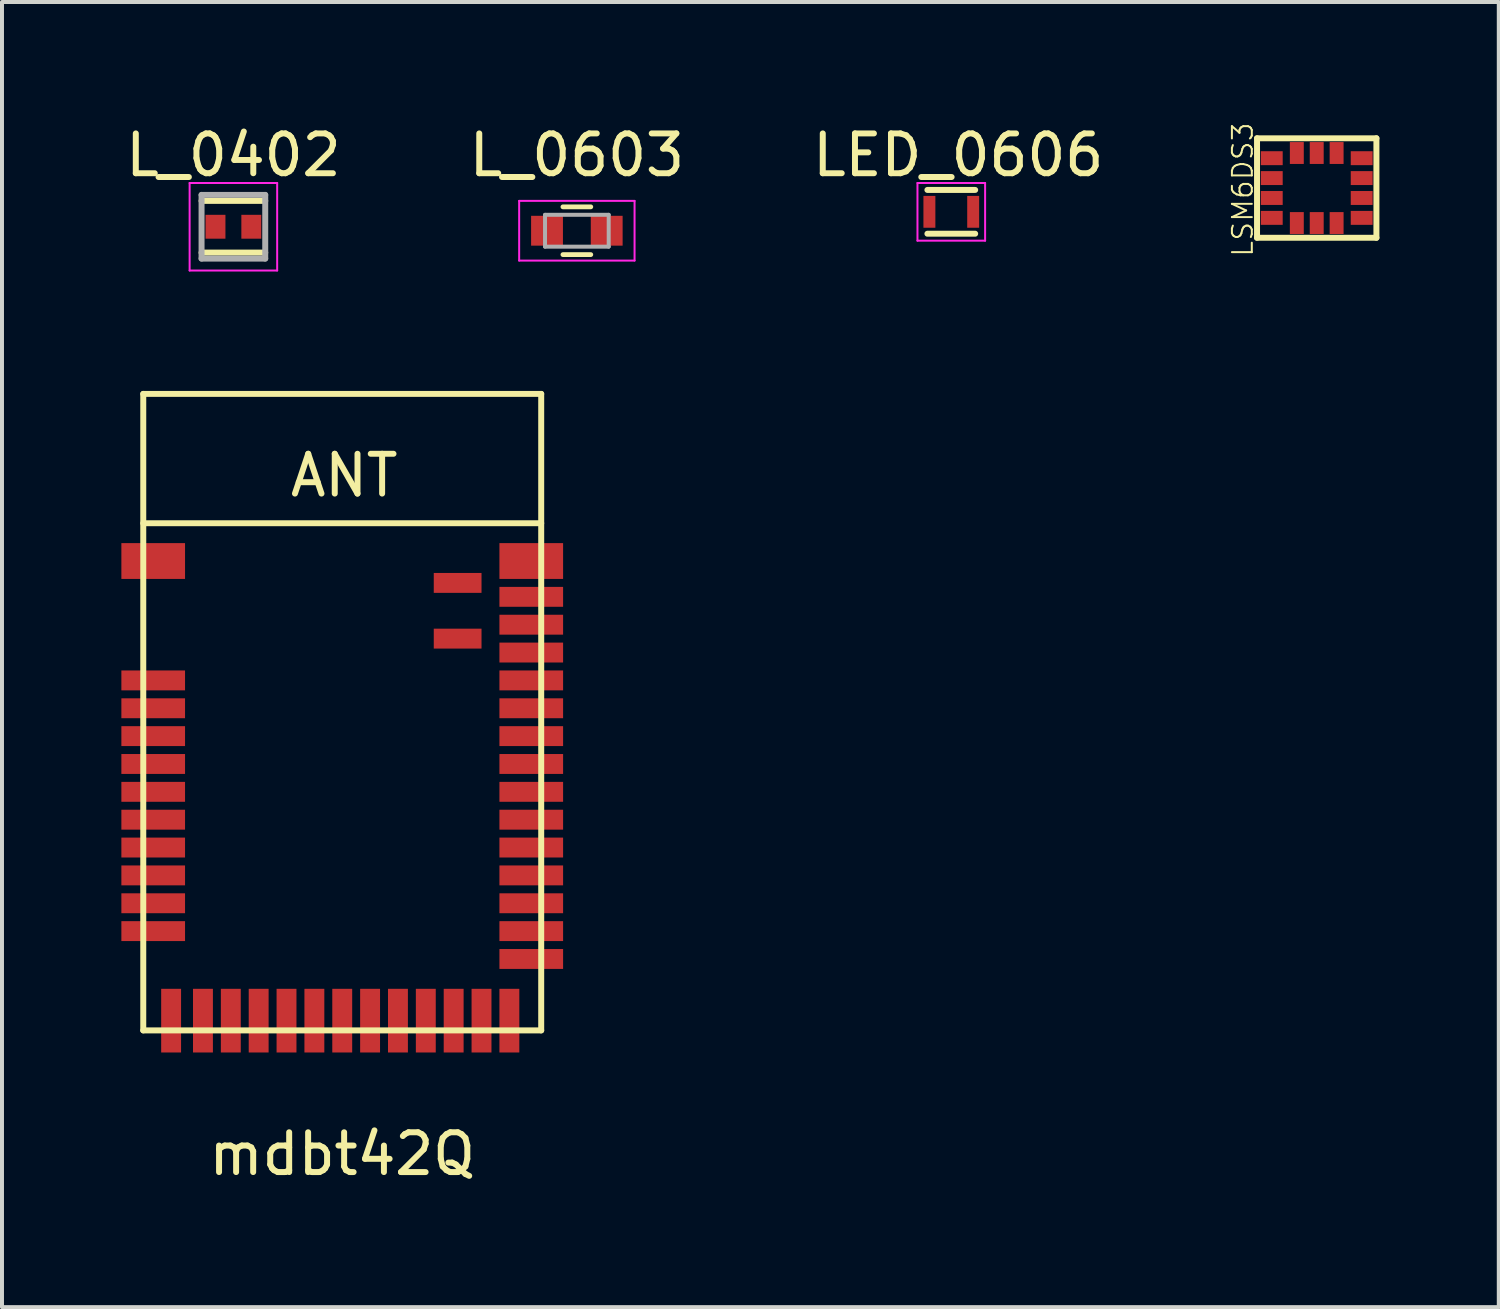
<source format=kicad_pcb>
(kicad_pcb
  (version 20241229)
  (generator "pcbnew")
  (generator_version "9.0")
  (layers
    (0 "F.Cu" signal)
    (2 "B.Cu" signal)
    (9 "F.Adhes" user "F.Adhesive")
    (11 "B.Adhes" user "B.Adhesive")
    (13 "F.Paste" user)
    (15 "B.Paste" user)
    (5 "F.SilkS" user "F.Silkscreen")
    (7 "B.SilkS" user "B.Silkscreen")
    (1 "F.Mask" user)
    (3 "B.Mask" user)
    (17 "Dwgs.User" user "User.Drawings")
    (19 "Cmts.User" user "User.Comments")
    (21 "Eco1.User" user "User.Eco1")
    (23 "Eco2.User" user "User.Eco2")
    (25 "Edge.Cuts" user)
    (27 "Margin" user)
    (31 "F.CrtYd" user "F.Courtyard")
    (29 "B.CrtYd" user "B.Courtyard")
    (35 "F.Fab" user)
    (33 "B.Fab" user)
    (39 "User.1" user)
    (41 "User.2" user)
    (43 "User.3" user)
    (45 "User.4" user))
  (footprint "L_0603"
    (layer "F.Cu")
    (at 11.446 2.748)
    (property "Reference" "L_0603" (at 0 -1.9 0) (layer "F.SilkS") (effects (font (size 1 1) (thickness 0.15))))
    (attr smd)
    (fp_line (start -0.35 -0.6) (end 0.35 -0.6) (stroke (width 0.12) (type solid)) (layer "F.SilkS"))
    (fp_line (start 0.35 0.6) (end -0.35 0.6) (stroke (width 0.12) (type solid)) (layer "F.SilkS"))
    (fp_line (start -1.45 -0.75) (end -1.45 0.75) (stroke (width 0.05) (type solid)) (layer "F.CrtYd"))
    (fp_line (start -1.45 -0.75) (end 1.45 -0.75) (stroke (width 0.05) (type solid)) (layer "F.CrtYd"))
    (fp_line (start -1.45 0.75) (end 1.45 0.75) (stroke (width 0.05) (type solid)) (layer "F.CrtYd"))
    (fp_line (start 1.45 -0.75) (end 1.45 0.75) (stroke (width 0.05) (type solid)) (layer "F.CrtYd"))
    (fp_line (start -0.8 -0.4) (end 0.8 -0.4) (stroke (width 0.1) (type solid)) (layer "F.Fab"))
    (fp_line (start -0.8 0.4) (end -0.8 -0.4) (stroke (width 0.1) (type solid)) (layer "F.Fab"))
    (fp_line (start 0.8 -0.4) (end 0.8 0.4) (stroke (width 0.1) (type solid)) (layer "F.Fab"))
    (fp_line (start 0.8 0.4) (end -0.8 0.4) (stroke (width 0.1) (type solid)) (layer "F.Fab"))
    (pad "1" smd rect (at -0.75 0) (size 0.8 0.75) (layers "F.Cu" "F.Mask" "F.Paste"))
    (pad "2" smd rect (at 0.75 0) (size 0.8 0.75) (layers "F.Cu" "F.Mask" "F.Paste")))
  (footprint "LSM6DS3"
    (layer "F.Cu")
    (at 30.038 1.675)
    (property "Reference" "LSM6DS3" (at -1.86 0.04 90) (layer "F.SilkS") (effects (font (size 0.5 0.5) (thickness 0.05))))
    (attr through_hole)
    (fp_line (start -1.5 -1.25) (end 1.5 -1.25) (stroke (width 0.15) (type solid)) (layer "F.SilkS"))
    (fp_line (start -1.5 1.25) (end -1.5 -1.25) (stroke (width 0.15) (type solid)) (layer "F.SilkS"))
    (fp_line (start 1.5 -1.25) (end 1.5 1.25) (stroke (width 0.15) (type solid)) (layer "F.SilkS"))
    (fp_line (start 1.5 1.25) (end -1.5 1.25) (stroke (width 0.15) (type solid)) (layer "F.SilkS"))
    (pad "1" smd rect (at -1.13 -0.75) (size 0.55 0.35) (layers "F.Cu" "F.Mask" "F.Paste"))
    (pad "2" smd rect (at -1.13 -0.25) (size 0.55 0.35) (layers "F.Cu" "F.Mask" "F.Paste"))
    (pad "3" smd rect (at -1.13 0.25) (size 0.55 0.35) (layers "F.Cu" "F.Mask" "F.Paste"))
    (pad "4" smd rect (at -1.13 0.75) (size 0.55 0.35) (layers "F.Cu" "F.Mask" "F.Paste"))
    (pad "5" smd rect (at -0.5 0.88) (size 0.35 0.55) (layers "F.Cu" "F.Mask" "F.Paste"))
    (pad "6" smd rect (at 0 0.88) (size 0.35 0.55) (layers "F.Cu" "F.Mask" "F.Paste"))
    (pad "7" smd rect (at 0.5 0.88) (size 0.35 0.55) (layers "F.Cu" "F.Mask" "F.Paste"))
    (pad "8" smd rect (at 1.13 0.75) (size 0.55 0.35) (layers "F.Cu" "F.Mask" "F.Paste"))
    (pad "9" smd rect (at 1.13 0.25) (size 0.55 0.35) (layers "F.Cu" "F.Mask" "F.Paste"))
    (pad "10" smd rect (at 1.13 -0.25) (size 0.55 0.35) (layers "F.Cu" "F.Mask" "F.Paste"))
    (pad "11" smd rect (at 1.13 -0.75) (size 0.55 0.35) (layers "F.Cu" "F.Mask" "F.Paste"))
    (pad "12" smd rect (at 0.5 -0.88) (size 0.35 0.55) (layers "F.Cu" "F.Mask" "F.Paste"))
    (pad "13" smd rect (at 0 -0.88) (size 0.35 0.55) (layers "F.Cu" "F.Mask" "F.Paste"))
    (pad "14" smd rect (at -0.5 -0.88) (size 0.35 0.55) (layers "F.Cu" "F.Mask" "F.Paste")))
  (footprint "L_0402"
    (layer "F.Cu")
    (at 2.815 2.648)
    (property "Reference" "L_0402" (at 0 -1.8 0) (layer "F.SilkS") (effects (font (size 1 1) (thickness 0.15))))
    (attr smd)
    (fp_line (start -0.8 -0.65) (end 0.8 -0.65) (stroke (width 0.15) (type solid)) (layer "F.SilkS"))
    (fp_line (start -0.8 0.65) (end 0.8 0.65) (stroke (width 0.15) (type solid)) (layer "F.SilkS"))
    (fp_line (start -1.1 -1.1) (end -1.1 1.1) (stroke (width 0.05) (type solid)) (layer "F.CrtYd"))
    (fp_line (start -1.1 1.1) (end 1.1 1.1) (stroke (width 0.05) (type solid)) (layer "F.CrtYd"))
    (fp_line (start 1.1 -1.1) (end -1.1 -1.1) (stroke (width 0.05) (type solid)) (layer "F.CrtYd"))
    (fp_line (start 1.1 1.1) (end 1.1 -1.1) (stroke (width 0.05) (type solid)) (layer "F.CrtYd"))
    (fp_line (start -0.8 -0.8) (end -0.8 0.8) (stroke (width 0.15) (type solid)) (layer "F.Fab"))
    (fp_line (start -0.8 0.8) (end 0.8 0.8) (stroke (width 0.15) (type solid)) (layer "F.Fab"))
    (fp_line (start 0.8 -0.8) (end -0.8 -0.8) (stroke (width 0.15) (type solid)) (layer "F.Fab"))
    (fp_line (start 0.8 0.8) (end 0.8 -0.8) (stroke (width 0.15) (type solid)) (layer "F.Fab"))
    (pad "1" smd rect (at -0.45 0) (size 0.5 0.6) (layers "F.Cu" "F.Mask" "F.Paste"))
    (pad "2" smd rect (at 0.45 0) (size 0.5 0.6) (layers "F.Cu" "F.Mask" "F.Paste")))
  (footprint "LED_0606"
    (layer "F.Cu")
    (at 20.855 2.273)
    (property "Reference" "LED_0606" (at 0.175 -1.425 0) (layer "F.SilkS") (effects (font (size 1 1) (thickness 0.15))))
    (attr smd)
    (fp_line (start -0.6 -0.55) (end 0.6 -0.55) (stroke (width 0.15) (type solid)) (layer "F.SilkS"))
    (fp_line (start -0.6 0.55) (end 0.6 0.55) (stroke (width 0.15) (type solid)) (layer "F.SilkS"))
    (fp_line (start -0.85 -0.725) (end -0.85 0.725) (stroke (width 0.05) (type solid)) (layer "F.CrtYd"))
    (fp_line (start -0.85 0.725) (end 0.85 0.725) (stroke (width 0.05) (type solid)) (layer "F.CrtYd"))
    (fp_line (start 0.85 -0.725) (end -0.85 -0.725) (stroke (width 0.05) (type solid)) (layer "F.CrtYd"))
    (fp_line (start 0.85 0.725) (end 0.85 -0.725) (stroke (width 0.05) (type solid)) (layer "F.CrtYd"))
    (pad "1" smd rect (at -0.55 0 180) (size 0.3 0.8) (layers "F.Cu" "F.Mask" "F.Paste"))
    (pad "2" smd rect (at 0.55 0 180) (size 0.3 0.8) (layers "F.Cu" "F.Mask" "F.Paste")))
  (footprint "mdbt42Q"
    (layer "F.Cu")
    (at 5.55 16.348)
    (property "Reference" "mdbt42Q" (at 0 9.6 0) (layer "F.SilkS") (effects (font (size 1 1) (thickness 0.15))))
    (attr through_hole)
    (fp_line (start -5 -9.5) (end 5 -9.5) (stroke (width 0.15) (type solid)) (layer "F.SilkS"))
    (fp_line (start -5 6.495) (end -5 -9.5) (stroke (width 0.15) (type solid)) (layer "F.SilkS"))
    (fp_line (start 5 -9.5) (end 5 6.495) (stroke (width 0.15) (type solid)) (layer "F.SilkS"))
    (fp_line (start 5 -6.25) (end -5 -6.25) (stroke (width 0.15) (type solid)) (layer "F.SilkS"))
    (fp_line (start 5 6.495) (end -5 6.495) (stroke (width 0.15) (type solid)) (layer "F.SilkS"))
    (fp_text user "ANT" (at 0.05 -7.45 0) (layer "F.SilkS") (effects (font (size 1 1) (thickness 0.15))))
    (pad "1" smd rect (at -4.75 -5.3) (size 1.6 0.9) (layers "F.Cu" "F.Mask" "F.Paste"))
    (pad "2" smd rect (at -4.75 -2.3) (size 1.6 0.5) (layers "F.Cu" "F.Mask" "F.Paste"))
    (pad "3" smd rect (at -4.75 -1.6) (size 1.6 0.5) (layers "F.Cu" "F.Mask" "F.Paste"))
    (pad "4" smd rect (at -4.75 -0.9) (size 1.6 0.5) (layers "F.Cu" "F.Mask" "F.Paste"))
    (pad "5" smd rect (at -4.75 -0.2) (size 1.6 0.5) (layers "F.Cu" "F.Mask" "F.Paste"))
    (pad "6" smd rect (at -4.75 0.5) (size 1.6 0.5) (layers "F.Cu" "F.Mask" "F.Paste"))
    (pad "7" smd rect (at -4.75 1.2) (size 1.6 0.5) (layers "F.Cu" "F.Mask" "F.Paste"))
    (pad "8" smd rect (at -4.75 1.9) (size 1.6 0.5) (layers "F.Cu" "F.Mask" "F.Paste"))
    (pad "9" smd rect (at -4.75 2.6) (size 1.6 0.5) (layers "F.Cu" "F.Mask" "F.Paste"))
    (pad "10" smd rect (at -4.75 3.3) (size 1.6 0.5) (layers "F.Cu" "F.Mask" "F.Paste"))
    (pad "11" smd rect (at -4.75 4) (size 1.6 0.5) (layers "F.Cu" "F.Mask" "F.Paste"))
    (pad "12" smd rect (at -4.3 6.25) (size 0.5 1.6) (layers "F.Cu" "F.Mask" "F.Paste"))
    (pad "13" smd rect (at -3.5 6.25) (size 0.5 1.6) (layers "F.Cu" "F.Mask" "F.Paste"))
    (pad "14" smd rect (at -2.8 6.25) (size 0.5 1.6) (layers "F.Cu" "F.Mask" "F.Paste"))
    (pad "15" smd rect (at -2.1 6.25) (size 0.5 1.6) (layers "F.Cu" "F.Mask" "F.Paste"))
    (pad "16" smd rect (at -1.4 6.25) (size 0.5 1.6) (layers "F.Cu" "F.Mask" "F.Paste"))
    (pad "17" smd rect (at -0.7 6.25) (size 0.5 1.6) (layers "F.Cu" "F.Mask" "F.Paste"))
    (pad "18" smd rect (at 0 6.25) (size 0.5 1.6) (layers "F.Cu" "F.Mask" "F.Paste"))
    (pad "19" smd rect (at 0.7 6.25) (size 0.5 1.6) (layers "F.Cu" "F.Mask" "F.Paste"))
    (pad "20" smd rect (at 1.4 6.25) (size 0.5 1.6) (layers "F.Cu" "F.Mask" "F.Paste"))
    (pad "21" smd rect (at 2.1 6.25) (size 0.5 1.6) (layers "F.Cu" "F.Mask" "F.Paste"))
    (pad "22" smd rect (at 2.8 6.25) (size 0.5 1.6) (layers "F.Cu" "F.Mask" "F.Paste"))
    (pad "23" smd rect (at 3.5 6.25) (size 0.5 1.6) (layers "F.Cu" "F.Mask" "F.Paste"))
    (pad "24" smd rect (at 4.2 6.25) (size 0.5 1.6) (layers "F.Cu" "F.Mask" "F.Paste"))
    (pad "25" smd rect (at 4.75 4.7) (size 1.6 0.5) (layers "F.Cu" "F.Mask" "F.Paste"))
    (pad "26" smd rect (at 4.75 4) (size 1.6 0.5) (layers "F.Cu" "F.Mask" "F.Paste"))
    (pad "27" smd rect (at 4.75 3.3) (size 1.6 0.5) (layers "F.Cu" "F.Mask" "F.Paste"))
    (pad "28" smd rect (at 4.75 2.6) (size 1.6 0.5) (layers "F.Cu" "F.Mask" "F.Paste"))
    (pad "29" smd rect (at 4.75 1.9) (size 1.6 0.5) (layers "F.Cu" "F.Mask" "F.Paste"))
    (pad "30" smd rect (at 4.75 1.2) (size 1.6 0.5) (layers "F.Cu" "F.Mask" "F.Paste"))
    (pad "31" smd rect (at 4.75 0.5) (size 1.6 0.5) (layers "F.Cu" "F.Mask" "F.Paste"))
    (pad "32" smd rect (at 4.75 -0.2) (size 1.6 0.5) (layers "F.Cu" "F.Mask" "F.Paste"))
    (pad "33" smd rect (at 4.75 -0.9) (size 1.6 0.5) (layers "F.Cu" "F.Mask" "F.Paste"))
    (pad "34" smd rect (at 4.75 -1.6) (size 1.6 0.5) (layers "F.Cu" "F.Mask" "F.Paste"))
    (pad "35" smd rect (at 4.75 -2.3) (size 1.6 0.5) (layers "F.Cu" "F.Mask" "F.Paste"))
    (pad "36" smd rect (at 4.75 -3) (size 1.6 0.5) (layers "F.Cu" "F.Mask" "F.Paste"))
    (pad "37" smd rect (at 4.75 -3.7) (size 1.6 0.5) (layers "F.Cu" "F.Mask" "F.Paste"))
    (pad "38" smd rect (at 4.75 -4.4) (size 1.6 0.5) (layers "F.Cu" "F.Mask" "F.Paste"))
    (pad "39" smd rect (at 4.75 -5.3) (size 1.6 0.9) (layers "F.Cu" "F.Mask" "F.Paste"))
    (pad "40" smd rect (at 2.9 -4.75) (size 1.2 0.5) (layers "F.Cu" "F.Mask" "F.Paste"))
    (pad "41" smd rect (at 2.9 -3.35) (size 1.2 0.5) (layers "F.Cu" "F.Mask" "F.Paste")))
  (gr_rect
    (start -3 -3)
    (end 34.613 29.797)
    (stroke (width 0.1) (type default))
    (fill no)
    (layer "Edge.Cuts")))
</source>
